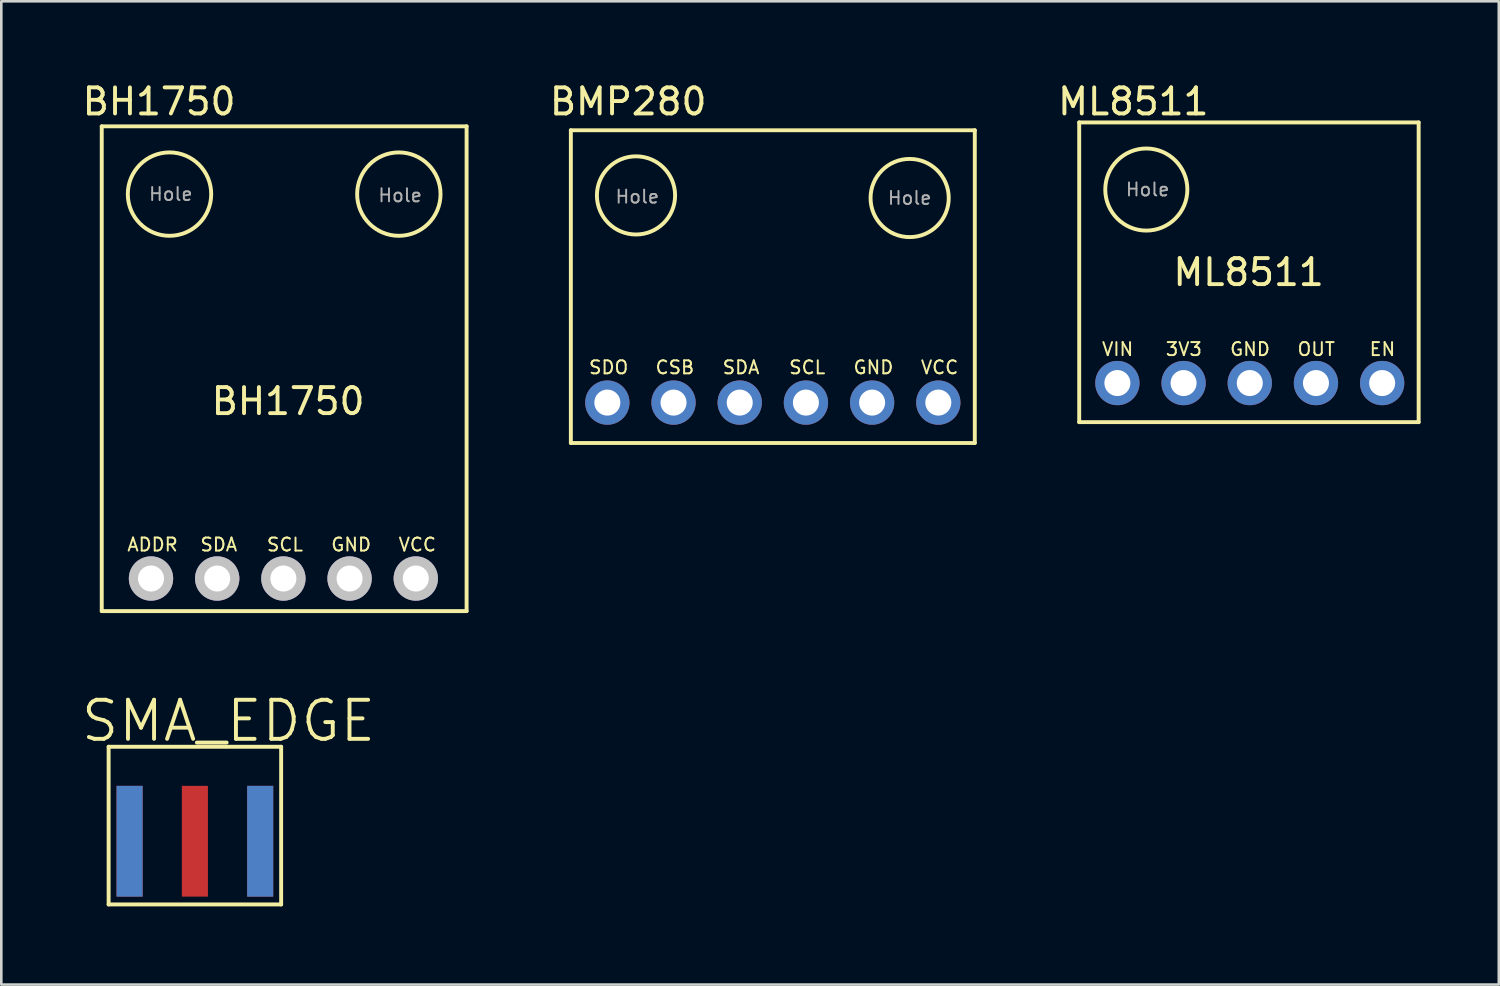
<source format=kicad_pcb>
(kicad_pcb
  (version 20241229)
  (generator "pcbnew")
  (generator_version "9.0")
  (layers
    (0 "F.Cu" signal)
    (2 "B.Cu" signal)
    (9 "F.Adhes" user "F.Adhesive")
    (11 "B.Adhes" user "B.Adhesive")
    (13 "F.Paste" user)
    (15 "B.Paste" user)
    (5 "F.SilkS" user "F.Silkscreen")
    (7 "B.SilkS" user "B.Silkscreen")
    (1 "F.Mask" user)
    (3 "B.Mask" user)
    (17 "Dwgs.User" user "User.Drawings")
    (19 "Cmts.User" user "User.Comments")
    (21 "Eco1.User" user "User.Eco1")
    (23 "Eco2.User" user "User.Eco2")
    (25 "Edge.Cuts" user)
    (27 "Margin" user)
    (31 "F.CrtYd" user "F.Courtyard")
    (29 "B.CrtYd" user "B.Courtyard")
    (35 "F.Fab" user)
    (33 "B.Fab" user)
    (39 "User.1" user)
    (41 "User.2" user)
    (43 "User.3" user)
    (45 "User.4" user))
  (footprint "ML8511"
    (layer "F.Cu")
    (at 44.835 7.398)
    (property "Reference" "ML8511" (at -4.4 -6.55 0) (layer "F.SilkS") (effects (font (size 1 1) (thickness 0.15))))
    (attr through_hole)
    (fp_line (start -6.475 -5.75) (end -6.475 5.75) (stroke (width 0.15) (type solid)) (layer "F.SilkS"))
    (fp_line (start -6.475 -5.75) (end 6.55 -5.75) (stroke (width 0.15) (type solid)) (layer "F.SilkS"))
    (fp_line (start 6.55 -5.75) (end 6.55 5.75) (stroke (width 0.15) (type solid)) (layer "F.SilkS"))
    (fp_line (start 6.55 5.75) (end -6.475 5.75) (stroke (width 0.15) (type solid)) (layer "F.SilkS"))
    (fp_circle (center -3.9 -3.175) (end -2.325 -3.175) (stroke (width 0.15) (type solid)) (fill no) (layer "F.SilkS"))
    (fp_text user "OUT" (at 2.62 2.95 0) (layer "F.SilkS") (effects (font (size 0.5 0.5) (thickness 0.075))))
    (fp_text user "GND" (at 0.08 2.95 0) (layer "F.SilkS") (effects (font (size 0.5 0.5) (thickness 0.075))))
    (fp_text user "3V3" (at -2.46 2.95 0) (layer "F.SilkS") (effects (font (size 0.5 0.5) (thickness 0.075))))
    (fp_text user "VIN" (at -5 2.95 0) (layer "F.SilkS") (effects (font (size 0.5 0.5) (thickness 0.075))))
    (fp_text user "EN" (at 5.16 2.95 0) (layer "F.SilkS") (effects (font (size 0.5 0.5) (thickness 0.075))))
    (fp_text user "ML8511" (at 0.025 0 0) (layer "F.SilkS") (effects (font (size 1 1) (thickness 0.15))))
    (fp_text user "Hole" (at -3.85 -3.175 0) (layer "F.Fab") (effects (font (size 0.5 0.5) (thickness 0.075))))
    (pad "1" thru_hole oval (at -5.01 4.25) (size 1.7 1.7) (drill 1) (layers "*.Cu" "*.Mask"))
    (pad "2" thru_hole oval (at -2.47 4.25) (size 1.7 1.7) (drill 1) (layers "*.Cu" "*.Mask"))
    (pad "3" thru_hole oval (at 0.07 4.25) (size 1.7 1.7) (drill 1) (layers "*.Cu" "*.Mask"))
    (pad "4" thru_hole oval (at 2.61 4.25) (size 1.7 1.7) (drill 1) (layers "*.Cu" "*.Mask"))
    (pad "5" thru_hole oval (at 5.15 4.25) (size 1.7 1.7) (drill 1) (layers "*.Cu" "*.Mask")))
  (footprint "SMA_EDGE"
    (layer "F.Cu")
    (at 4.918 31.324)
    (property "Reference" "SMA_EDGE" (at 0.8 -6.71 0) (layer "F.SilkS") (effects (font (size 1.5 1.5) (thickness 0.15))))
    (attr through_hole)
    (fp_line (start -3.8 -5.72) (end -3.8 0.33) (stroke (width 0.15) (type solid)) (layer "F.SilkS"))
    (fp_line (start -3.8 0.33) (end 2.82 0.33) (stroke (width 0.15) (type solid)) (layer "F.SilkS"))
    (fp_line (start 2.82 -5.72) (end -3.8 -5.72) (stroke (width 0.15) (type solid)) (layer "F.SilkS"))
    (fp_line (start 2.82 0.33) (end 2.82 -5.72) (stroke (width 0.15) (type solid)) (layer "F.SilkS"))
    (pad "1" smd rect (at -0.49 -2.095) (size 1 4.25) (layers "F.Cu" "F.Mask" "F.Paste"))
    (pad "2" smd rect (at -2.996 -2.095) (size 1 4.25) (layers "F.Cu" "F.Mask" "F.Paste"))
    (pad "2" smd rect (at -2.996 -2.095) (size 1 4.25) (layers "F.Mask" "B.Cu" "F.Paste"))
    (pad "2" smd rect (at 2.016 -2.095) (size 1 4.25) (layers "F.Cu" "F.Mask" "F.Paste"))
    (pad "2" smd rect (at 2.016 -2.095) (size 1 4.25) (layers "F.Mask" "B.Cu" "F.Paste")))
  (footprint "BMP280"
    (layer "F.Cu")
    (at 26.654 8.348)
    (property "Reference" "BMP280" (at -5.6 -7.5 0) (layer "F.SilkS") (effects (font (size 1 1) (thickness 0.15))))
    (attr through_hole)
    (fp_line (start -7.8 -6.4) (end -7.8 5.6) (stroke (width 0.15) (type solid)) (layer "F.SilkS"))
    (fp_line (start -7.8 -6.4) (end 7.7 -6.4) (stroke (width 0.15) (type solid)) (layer "F.SilkS"))
    (fp_line (start 7.7 -6.4) (end 7.7 5.6) (stroke (width 0.15) (type solid)) (layer "F.SilkS"))
    (fp_line (start 7.7 5.6) (end -7.8 5.6) (stroke (width 0.15) (type solid)) (layer "F.SilkS"))
    (fp_circle (center -5.3 -3.9) (end -3.8 -3.9) (stroke (width 0.15) (type solid)) (fill no) (layer "F.SilkS"))
    (fp_circle (center 5.2 -3.8) (end 5.2 -2.3) (stroke (width 0.15) (type solid)) (fill no) (layer "F.SilkS"))
    (fp_text user "SDO" (at -6.35 2.7 0) (layer "F.SilkS") (effects (font (size 0.5 0.5) (thickness 0.075))))
    (fp_text user "SDA" (at -1.27 2.7 0) (layer "F.SilkS") (effects (font (size 0.5 0.5) (thickness 0.075))))
    (fp_text user "CSB" (at -3.81 2.7 0) (layer "F.SilkS") (effects (font (size 0.5 0.5) (thickness 0.075))))
    (fp_text user "GND" (at 3.81 2.7 0) (layer "F.SilkS") (effects (font (size 0.5 0.5) (thickness 0.075))))
    (fp_text user "VCC" (at 6.35 2.7 0) (layer "F.SilkS") (effects (font (size 0.5 0.5) (thickness 0.075))))
    (fp_text user "SCL" (at 1.27 2.7 0) (layer "F.SilkS") (effects (font (size 0.5 0.5) (thickness 0.075))))
    (fp_text user "Hole" (at 5.2 -3.8 0) (layer "F.Fab") (effects (font (size 0.5 0.5) (thickness 0.075))))
    (fp_text user "Hole" (at -5.25 -3.85 0) (layer "F.Fab") (effects (font (size 0.5 0.5) (thickness 0.075))))
    (pad "1" thru_hole oval (at 6.3 4.05) (size 1.7 1.7) (drill 1) (layers "*.Cu" "*.Mask"))
    (pad "2" thru_hole oval (at 3.76 4.05) (size 1.7 1.7) (drill 1) (layers "*.Cu" "*.Mask"))
    (pad "3" thru_hole oval (at 1.22 4.05) (size 1.7 1.7) (drill 1) (layers "*.Cu" "*.Mask"))
    (pad "4" thru_hole oval (at -1.32 4.05) (size 1.7 1.7) (drill 1) (layers "*.Cu" "*.Mask"))
    (pad "5" thru_hole oval (at -3.86 4.05) (size 1.7 1.7) (drill 1) (layers "*.Cu" "*.Mask"))
    (pad "6" thru_hole oval (at -6.4 4.05) (size 1.7 1.7) (drill 1) (layers "*.Cu" "*.Mask")))
  (footprint "BH1750"
    (layer "F.Cu")
    (at 8.104 10.598)
    (property "Reference" "BH1750" (at -5.05 -9.75 0) (layer "F.SilkS") (effects (font (size 1 1) (thickness 0.15))))
    (attr through_hole)
    (fp_line (start -7.25 -8.8) (end -7.25 9.8) (stroke (width 0.15) (type solid)) (layer "F.SilkS"))
    (fp_line (start -7.25 -8.8) (end 6.75 -8.8) (stroke (width 0.15) (type solid)) (layer "F.SilkS"))
    (fp_line (start -7.25 9.8) (end 6.75 9.8) (stroke (width 0.15) (type solid)) (layer "F.SilkS"))
    (fp_line (start 6.75 -8.8) (end 6.75 9.8) (stroke (width 0.15) (type solid)) (layer "F.SilkS"))
    (fp_circle (center -4.65 -6.2) (end -3.05 -6.2) (stroke (width 0.15) (type solid)) (fill no) (layer "F.SilkS"))
    (fp_circle (center 4.15 -6.2) (end 5.75 -6.2) (stroke (width 0.15) (type solid)) (fill no) (layer "F.SilkS"))
    (fp_text user "VCC" (at 4.86 7.25 0) (layer "F.SilkS") (effects (font (size 0.5 0.5) (thickness 0.075))))
    (fp_text user "BH1750" (at -0.1 1.75 0) (layer "F.SilkS") (effects (font (size 1 1) (thickness 0.15))))
    (fp_text user "GND" (at 2.32 7.25 0) (layer "F.SilkS") (effects (font (size 0.5 0.5) (thickness 0.075))))
    (fp_text user "SCL" (at -0.22 7.25 0) (layer "F.SilkS") (effects (font (size 0.5 0.5) (thickness 0.075))))
    (fp_text user "SDA" (at -2.76 7.25 0) (layer "F.SilkS") (effects (font (size 0.5 0.5) (thickness 0.075))))
    (fp_text user "ADDR" (at -5.3 7.25 0) (layer "F.SilkS") (effects (font (size 0.5 0.5) (thickness 0.075))))
    (fp_text user "Hole" (at -4.6 -6.2 0) (layer "F.Fab") (effects (font (size 0.5 0.5) (thickness 0.075))))
    (fp_text user "Hole" (at 4.2 -6.15 0) (layer "F.Fab") (effects (font (size 0.5 0.5) (thickness 0.075))))
    (pad "1" thru_hole oval (at 4.8 8.55) (size 1.7 1.7) (drill 1) (layers "*.Cu" "*.Mask" "Dwgs.User"))
    (pad "2" thru_hole oval (at 2.26 8.55) (size 1.7 1.7) (drill 1) (layers "*.Cu" "*.Mask" "Dwgs.User"))
    (pad "3" thru_hole oval (at -0.28 8.55) (size 1.7 1.7) (drill 1) (layers "*.Cu" "*.Mask" "Dwgs.User"))
    (pad "4" thru_hole oval (at -2.82 8.55) (size 1.7 1.7) (drill 1) (layers "*.Cu" "*.Mask" "Dwgs.User"))
    (pad "5" thru_hole oval (at -5.36 8.55) (size 1.7 1.7) (drill 1) (layers "*.Cu" "*.Mask" "Dwgs.User")))
  (gr_rect
    (start -3 -3)
    (end 54.46 34.729)
    (stroke (width 0.1) (type default))
    (fill no)
    (layer "Edge.Cuts")))
</source>
